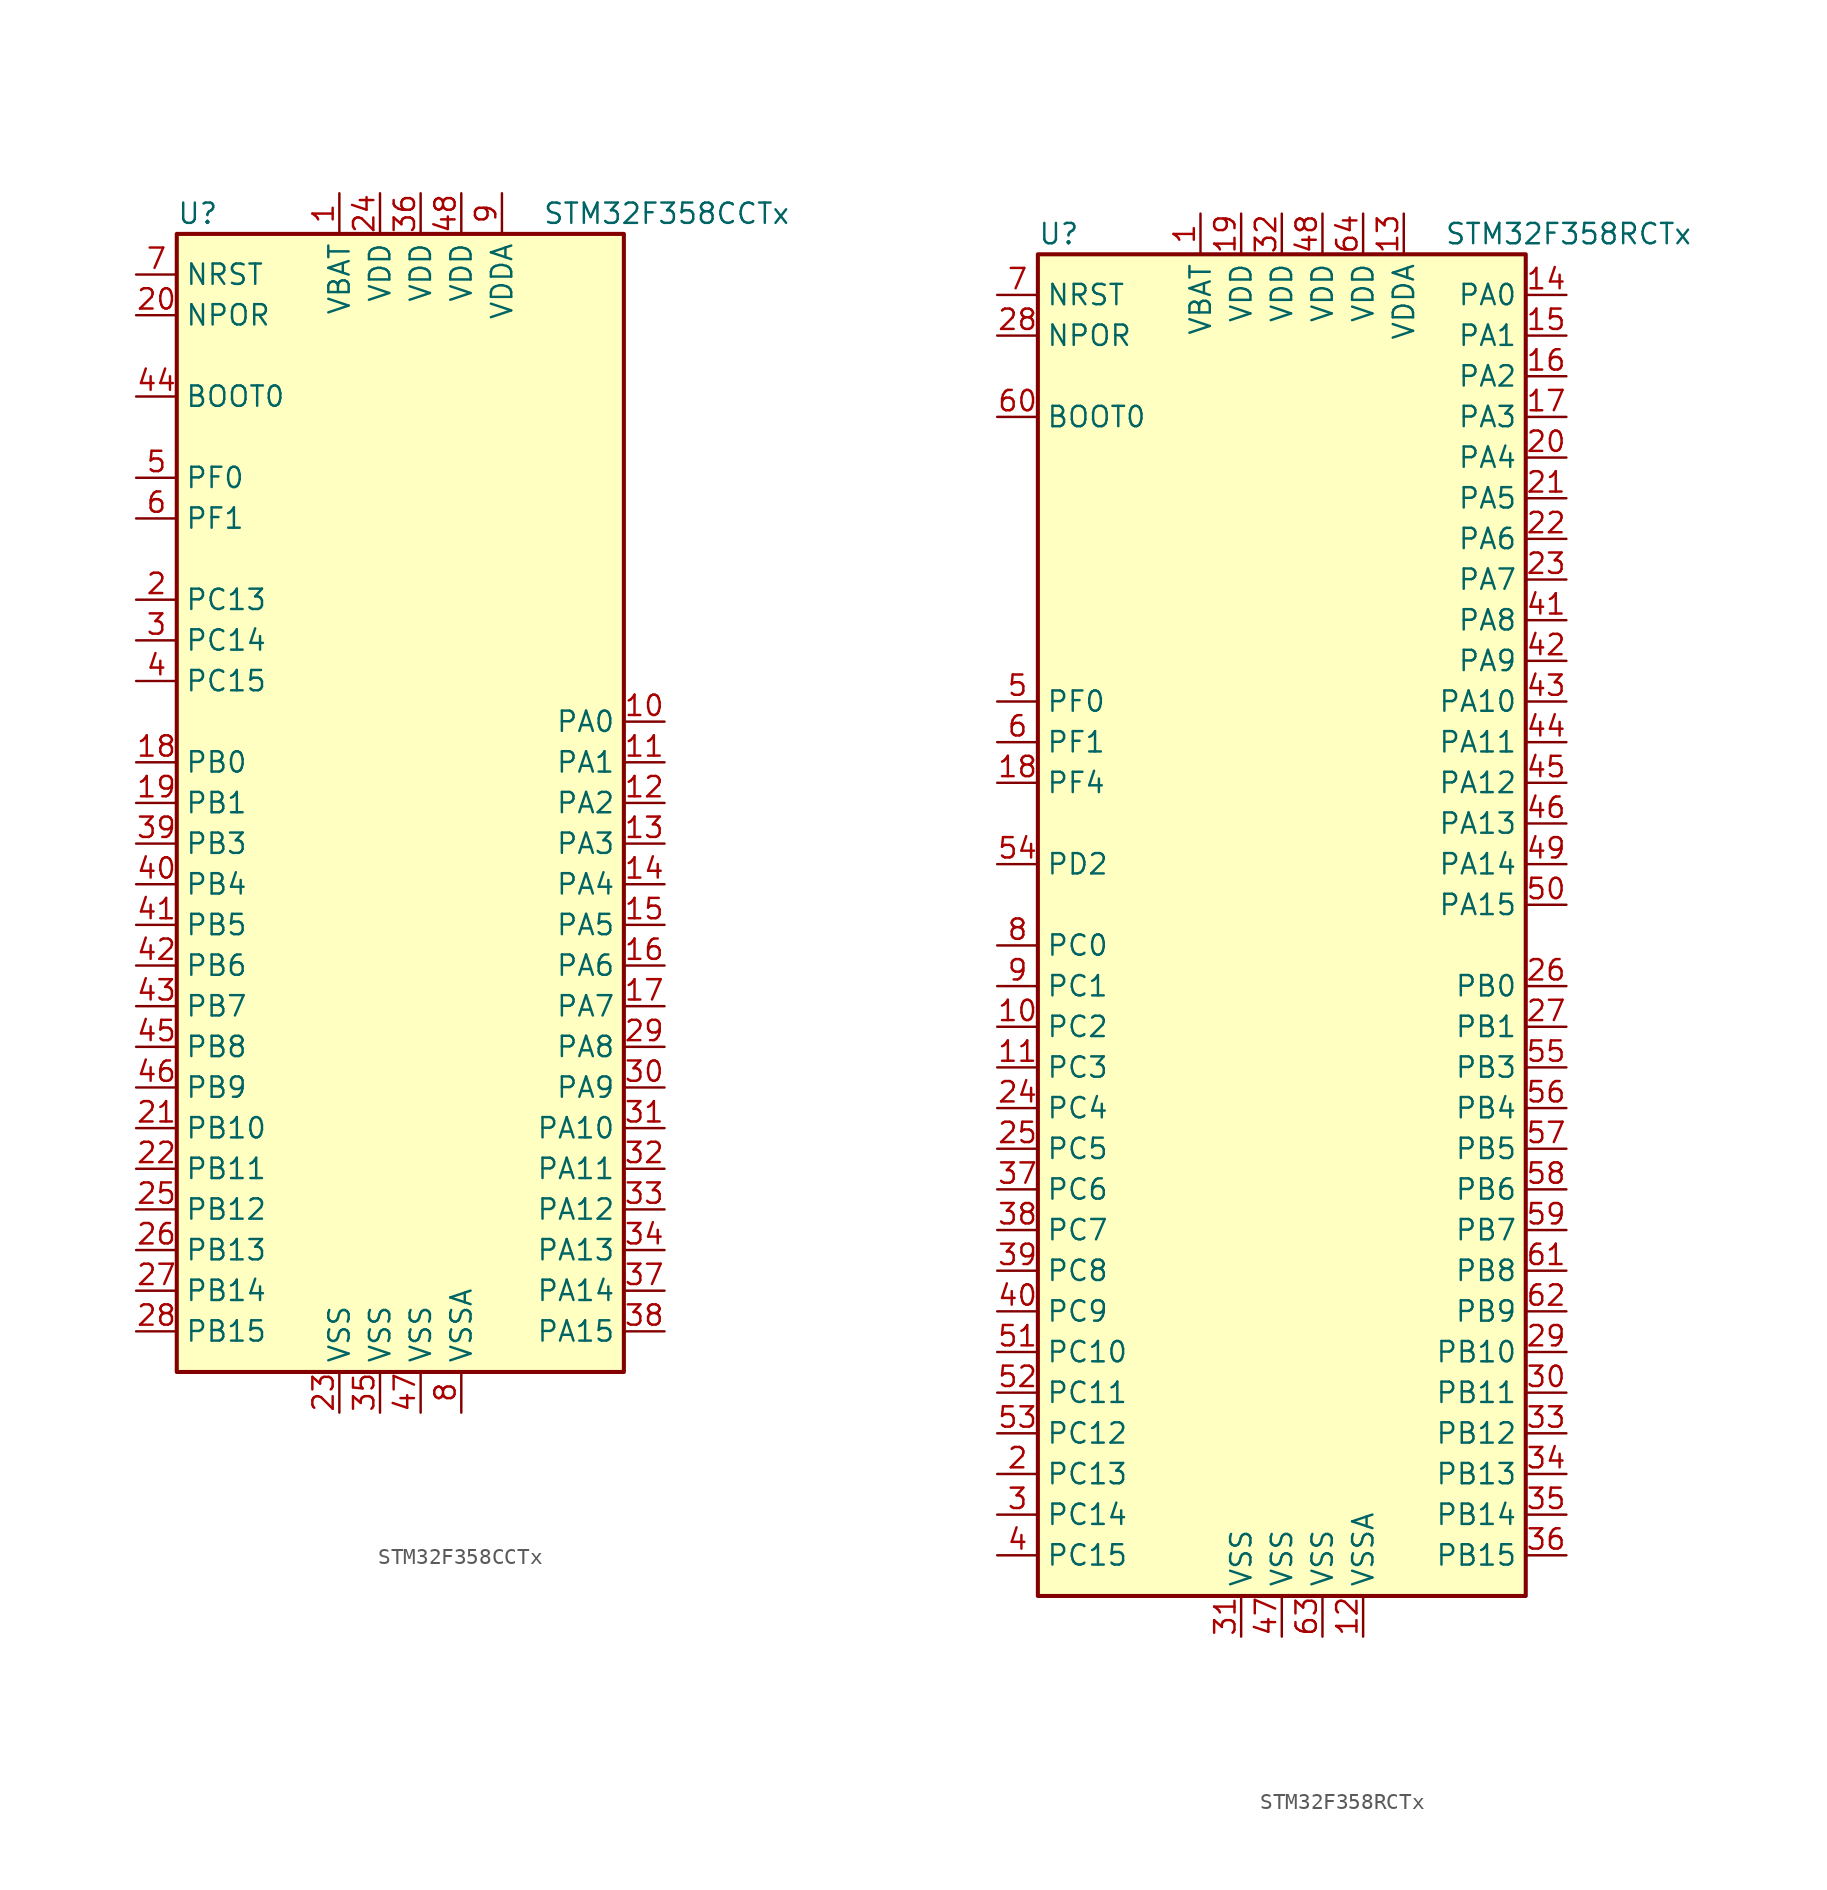
<source format=kicad_sym>
(kicad_symbol_lib
  (version 20201005)
  (generator kicad_symbol_editor)
  (symbol "STM32F358CCTx"
    (property "Reference" "U"
      (at -15.24 36.83 0)
      (effects (font (size 1.27 1.27)) (justify left)))
    (property "Value" "STM32F358CCTx"
      (at 7.62 36.83 0)
      (effects (font (size 1.27 1.27)) (justify left)))
    (symbol "STM32F358CCTx_0_1"
      (rectangle (start -15.24 -35.56) (end 12.7 35.56) (stroke (width 0.254)) (fill (type background))))
    (symbol "STM32F358CCTx_1_1"
      (pin power_in line (at -5.08 38.1 270) (length 2.54) (name "VBAT" (effects (font (size 1.27 1.27)))) (number "1" (effects (font (size 1.27 1.27)))))
      (pin bidirectional line (at 15.24 5.08 180) (length 2.54) (name "PA0" (effects (font (size 1.27 1.27)))) (number "10" (effects (font (size 1.27 1.27)))))
      (pin bidirectional line (at 15.24 2.54 180) (length 2.54) (name "PA1" (effects (font (size 1.27 1.27)))) (number "11" (effects (font (size 1.27 1.27)))))
      (pin bidirectional line (at 15.24 0 180) (length 2.54) (name "PA2" (effects (font (size 1.27 1.27)))) (number "12" (effects (font (size 1.27 1.27)))))
      (pin bidirectional line (at 15.24 -2.54 180) (length 2.54) (name "PA3" (effects (font (size 1.27 1.27)))) (number "13" (effects (font (size 1.27 1.27)))))
      (pin bidirectional line (at 15.24 -5.08 180) (length 2.54) (name "PA4" (effects (font (size 1.27 1.27)))) (number "14" (effects (font (size 1.27 1.27)))))
      (pin bidirectional line (at 15.24 -7.62 180) (length 2.54) (name "PA5" (effects (font (size 1.27 1.27)))) (number "15" (effects (font (size 1.27 1.27)))))
      (pin bidirectional line (at 15.24 -10.16 180) (length 2.54) (name "PA6" (effects (font (size 1.27 1.27)))) (number "16" (effects (font (size 1.27 1.27)))))
      (pin bidirectional line (at 15.24 -12.7 180) (length 2.54) (name "PA7" (effects (font (size 1.27 1.27)))) (number "17" (effects (font (size 1.27 1.27)))))
      (pin bidirectional line (at -17.78 2.54 0) (length 2.54) (name "PB0" (effects (font (size 1.27 1.27)))) (number "18" (effects (font (size 1.27 1.27)))))
      (pin bidirectional line (at -17.78 0 0) (length 2.54) (name "PB1" (effects (font (size 1.27 1.27)))) (number "19" (effects (font (size 1.27 1.27)))))
      (pin bidirectional line (at -17.78 12.7 0) (length 2.54) (name "PC13" (effects (font (size 1.27 1.27)))) (number "2" (effects (font (size 1.27 1.27)))))
      (pin input line (at -17.78 30.48 0) (length 2.54) (name "NPOR" (effects (font (size 1.27 1.27)))) (number "20" (effects (font (size 1.27 1.27)))))
      (pin bidirectional line (at -17.78 -20.32 0) (length 2.54) (name "PB10" (effects (font (size 1.27 1.27)))) (number "21" (effects (font (size 1.27 1.27)))))
      (pin bidirectional line (at -17.78 -22.86 0) (length 2.54) (name "PB11" (effects (font (size 1.27 1.27)))) (number "22" (effects (font (size 1.27 1.27)))))
      (pin power_in line (at -5.08 -38.1 90) (length 2.54) (name "VSS" (effects (font (size 1.27 1.27)))) (number "23" (effects (font (size 1.27 1.27)))))
      (pin power_in line (at -2.54 38.1 270) (length 2.54) (name "VDD" (effects (font (size 1.27 1.27)))) (number "24" (effects (font (size 1.27 1.27)))))
      (pin bidirectional line (at -17.78 -25.4 0) (length 2.54) (name "PB12" (effects (font (size 1.27 1.27)))) (number "25" (effects (font (size 1.27 1.27)))))
      (pin bidirectional line (at -17.78 -27.94 0) (length 2.54) (name "PB13" (effects (font (size 1.27 1.27)))) (number "26" (effects (font (size 1.27 1.27)))))
      (pin bidirectional line (at -17.78 -30.48 0) (length 2.54) (name "PB14" (effects (font (size 1.27 1.27)))) (number "27" (effects (font (size 1.27 1.27)))))
      (pin bidirectional line (at -17.78 -33.02 0) (length 2.54) (name "PB15" (effects (font (size 1.27 1.27)))) (number "28" (effects (font (size 1.27 1.27)))))
      (pin bidirectional line (at 15.24 -15.24 180) (length 2.54) (name "PA8" (effects (font (size 1.27 1.27)))) (number "29" (effects (font (size 1.27 1.27)))))
      (pin bidirectional line (at -17.78 10.16 0) (length 2.54) (name "PC14" (effects (font (size 1.27 1.27)))) (number "3" (effects (font (size 1.27 1.27)))))
      (pin bidirectional line (at 15.24 -17.78 180) (length 2.54) (name "PA9" (effects (font (size 1.27 1.27)))) (number "30" (effects (font (size 1.27 1.27)))))
      (pin bidirectional line (at 15.24 -20.32 180) (length 2.54) (name "PA10" (effects (font (size 1.27 1.27)))) (number "31" (effects (font (size 1.27 1.27)))))
      (pin bidirectional line (at 15.24 -22.86 180) (length 2.54) (name "PA11" (effects (font (size 1.27 1.27)))) (number "32" (effects (font (size 1.27 1.27)))))
      (pin bidirectional line (at 15.24 -25.4 180) (length 2.54) (name "PA12" (effects (font (size 1.27 1.27)))) (number "33" (effects (font (size 1.27 1.27)))))
      (pin bidirectional line (at 15.24 -27.94 180) (length 2.54) (name "PA13" (effects (font (size 1.27 1.27)))) (number "34" (effects (font (size 1.27 1.27)))))
      (pin power_in line (at -2.54 -38.1 90) (length 2.54) (name "VSS" (effects (font (size 1.27 1.27)))) (number "35" (effects (font (size 1.27 1.27)))))
      (pin power_in line (at 0 38.1 270) (length 2.54) (name "VDD" (effects (font (size 1.27 1.27)))) (number "36" (effects (font (size 1.27 1.27)))))
      (pin bidirectional line (at 15.24 -30.48 180) (length 2.54) (name "PA14" (effects (font (size 1.27 1.27)))) (number "37" (effects (font (size 1.27 1.27)))))
      (pin bidirectional line (at 15.24 -33.02 180) (length 2.54) (name "PA15" (effects (font (size 1.27 1.27)))) (number "38" (effects (font (size 1.27 1.27)))))
      (pin bidirectional line (at -17.78 -2.54 0) (length 2.54) (name "PB3" (effects (font (size 1.27 1.27)))) (number "39" (effects (font (size 1.27 1.27)))))
      (pin bidirectional line (at -17.78 7.62 0) (length 2.54) (name "PC15" (effects (font (size 1.27 1.27)))) (number "4" (effects (font (size 1.27 1.27)))))
      (pin bidirectional line (at -17.78 -5.08 0) (length 2.54) (name "PB4" (effects (font (size 1.27 1.27)))) (number "40" (effects (font (size 1.27 1.27)))))
      (pin bidirectional line (at -17.78 -7.62 0) (length 2.54) (name "PB5" (effects (font (size 1.27 1.27)))) (number "41" (effects (font (size 1.27 1.27)))))
      (pin bidirectional line (at -17.78 -10.16 0) (length 2.54) (name "PB6" (effects (font (size 1.27 1.27)))) (number "42" (effects (font (size 1.27 1.27)))))
      (pin bidirectional line (at -17.78 -12.7 0) (length 2.54) (name "PB7" (effects (font (size 1.27 1.27)))) (number "43" (effects (font (size 1.27 1.27)))))
      (pin input line (at -17.78 25.4 0) (length 2.54) (name "BOOT0" (effects (font (size 1.27 1.27)))) (number "44" (effects (font (size 1.27 1.27)))))
      (pin bidirectional line (at -17.78 -15.24 0) (length 2.54) (name "PB8" (effects (font (size 1.27 1.27)))) (number "45" (effects (font (size 1.27 1.27)))))
      (pin bidirectional line (at -17.78 -17.78 0) (length 2.54) (name "PB9" (effects (font (size 1.27 1.27)))) (number "46" (effects (font (size 1.27 1.27)))))
      (pin power_in line (at 0 -38.1 90) (length 2.54) (name "VSS" (effects (font (size 1.27 1.27)))) (number "47" (effects (font (size 1.27 1.27)))))
      (pin power_in line (at 2.54 38.1 270) (length 2.54) (name "VDD" (effects (font (size 1.27 1.27)))) (number "48" (effects (font (size 1.27 1.27)))))
      (pin input line (at -17.78 20.32 0) (length 2.54) (name "PF0" (effects (font (size 1.27 1.27)))) (number "5" (effects (font (size 1.27 1.27)))))
      (pin input line (at -17.78 17.78 0) (length 2.54) (name "PF1" (effects (font (size 1.27 1.27)))) (number "6" (effects (font (size 1.27 1.27)))))
      (pin input line (at -17.78 33.02 0) (length 2.54) (name "NRST" (effects (font (size 1.27 1.27)))) (number "7" (effects (font (size 1.27 1.27)))))
      (pin power_in line (at 2.54 -38.1 90) (length 2.54) (name "VSSA" (effects (font (size 1.27 1.27)))) (number "8" (effects (font (size 1.27 1.27)))))
      (pin power_in line (at 5.08 38.1 270) (length 2.54) (name "VDDA" (effects (font (size 1.27 1.27)))) (number "9" (effects (font (size 1.27 1.27)))))))
  (symbol "STM32F358RCTx"
    (property "Reference" "U"
      (at -15.24 41.91 0)
      (effects (font (size 1.27 1.27)) (justify left)))
    (property "Value" "STM32F358RCTx"
      (at 10.16 41.91 0)
      (effects (font (size 1.27 1.27)) (justify left)))
    (symbol "STM32F358RCTx_0_1"
      (rectangle (start -15.24 -43.18) (end 15.24 40.64) (stroke (width 0.254)) (fill (type background))))
    (symbol "STM32F358RCTx_1_1"
      (pin power_in line (at -5.08 43.18 270) (length 2.54) (name "VBAT" (effects (font (size 1.27 1.27)))) (number "1" (effects (font (size 1.27 1.27)))))
      (pin bidirectional line (at -17.78 -7.62 0) (length 2.54) (name "PC2" (effects (font (size 1.27 1.27)))) (number "10" (effects (font (size 1.27 1.27)))))
      (pin bidirectional line (at -17.78 -10.16 0) (length 2.54) (name "PC3" (effects (font (size 1.27 1.27)))) (number "11" (effects (font (size 1.27 1.27)))))
      (pin power_in line (at 5.08 -45.72 90) (length 2.54) (name "VSSA" (effects (font (size 1.27 1.27)))) (number "12" (effects (font (size 1.27 1.27)))))
      (pin power_in line (at 7.62 43.18 270) (length 2.54) (name "VDDA" (effects (font (size 1.27 1.27)))) (number "13" (effects (font (size 1.27 1.27)))))
      (pin bidirectional line (at 17.78 38.1 180) (length 2.54) (name "PA0" (effects (font (size 1.27 1.27)))) (number "14" (effects (font (size 1.27 1.27)))))
      (pin bidirectional line (at 17.78 35.56 180) (length 2.54) (name "PA1" (effects (font (size 1.27 1.27)))) (number "15" (effects (font (size 1.27 1.27)))))
      (pin bidirectional line (at 17.78 33.02 180) (length 2.54) (name "PA2" (effects (font (size 1.27 1.27)))) (number "16" (effects (font (size 1.27 1.27)))))
      (pin bidirectional line (at 17.78 30.48 180) (length 2.54) (name "PA3" (effects (font (size 1.27 1.27)))) (number "17" (effects (font (size 1.27 1.27)))))
      (pin bidirectional line (at -17.78 7.62 0) (length 2.54) (name "PF4" (effects (font (size 1.27 1.27)))) (number "18" (effects (font (size 1.27 1.27)))))
      (pin power_in line (at -2.54 43.18 270) (length 2.54) (name "VDD" (effects (font (size 1.27 1.27)))) (number "19" (effects (font (size 1.27 1.27)))))
      (pin bidirectional line (at -17.78 -35.56 0) (length 2.54) (name "PC13" (effects (font (size 1.27 1.27)))) (number "2" (effects (font (size 1.27 1.27)))))
      (pin bidirectional line (at 17.78 27.94 180) (length 2.54) (name "PA4" (effects (font (size 1.27 1.27)))) (number "20" (effects (font (size 1.27 1.27)))))
      (pin bidirectional line (at 17.78 25.4 180) (length 2.54) (name "PA5" (effects (font (size 1.27 1.27)))) (number "21" (effects (font (size 1.27 1.27)))))
      (pin bidirectional line (at 17.78 22.86 180) (length 2.54) (name "PA6" (effects (font (size 1.27 1.27)))) (number "22" (effects (font (size 1.27 1.27)))))
      (pin bidirectional line (at 17.78 20.32 180) (length 2.54) (name "PA7" (effects (font (size 1.27 1.27)))) (number "23" (effects (font (size 1.27 1.27)))))
      (pin bidirectional line (at -17.78 -12.7 0) (length 2.54) (name "PC4" (effects (font (size 1.27 1.27)))) (number "24" (effects (font (size 1.27 1.27)))))
      (pin bidirectional line (at -17.78 -15.24 0) (length 2.54) (name "PC5" (effects (font (size 1.27 1.27)))) (number "25" (effects (font (size 1.27 1.27)))))
      (pin bidirectional line (at 17.78 -5.08 180) (length 2.54) (name "PB0" (effects (font (size 1.27 1.27)))) (number "26" (effects (font (size 1.27 1.27)))))
      (pin bidirectional line (at 17.78 -7.62 180) (length 2.54) (name "PB1" (effects (font (size 1.27 1.27)))) (number "27" (effects (font (size 1.27 1.27)))))
      (pin input line (at -17.78 35.56 0) (length 2.54) (name "NPOR" (effects (font (size 1.27 1.27)))) (number "28" (effects (font (size 1.27 1.27)))))
      (pin bidirectional line (at 17.78 -27.94 180) (length 2.54) (name "PB10" (effects (font (size 1.27 1.27)))) (number "29" (effects (font (size 1.27 1.27)))))
      (pin bidirectional line (at -17.78 -38.1 0) (length 2.54) (name "PC14" (effects (font (size 1.27 1.27)))) (number "3" (effects (font (size 1.27 1.27)))))
      (pin bidirectional line (at 17.78 -30.48 180) (length 2.54) (name "PB11" (effects (font (size 1.27 1.27)))) (number "30" (effects (font (size 1.27 1.27)))))
      (pin power_in line (at -2.54 -45.72 90) (length 2.54) (name "VSS" (effects (font (size 1.27 1.27)))) (number "31" (effects (font (size 1.27 1.27)))))
      (pin power_in line (at 0 43.18 270) (length 2.54) (name "VDD" (effects (font (size 1.27 1.27)))) (number "32" (effects (font (size 1.27 1.27)))))
      (pin bidirectional line (at 17.78 -33.02 180) (length 2.54) (name "PB12" (effects (font (size 1.27 1.27)))) (number "33" (effects (font (size 1.27 1.27)))))
      (pin bidirectional line (at 17.78 -35.56 180) (length 2.54) (name "PB13" (effects (font (size 1.27 1.27)))) (number "34" (effects (font (size 1.27 1.27)))))
      (pin bidirectional line (at 17.78 -38.1 180) (length 2.54) (name "PB14" (effects (font (size 1.27 1.27)))) (number "35" (effects (font (size 1.27 1.27)))))
      (pin bidirectional line (at 17.78 -40.64 180) (length 2.54) (name "PB15" (effects (font (size 1.27 1.27)))) (number "36" (effects (font (size 1.27 1.27)))))
      (pin bidirectional line (at -17.78 -17.78 0) (length 2.54) (name "PC6" (effects (font (size 1.27 1.27)))) (number "37" (effects (font (size 1.27 1.27)))))
      (pin bidirectional line (at -17.78 -20.32 0) (length 2.54) (name "PC7" (effects (font (size 1.27 1.27)))) (number "38" (effects (font (size 1.27 1.27)))))
      (pin bidirectional line (at -17.78 -22.86 0) (length 2.54) (name "PC8" (effects (font (size 1.27 1.27)))) (number "39" (effects (font (size 1.27 1.27)))))
      (pin bidirectional line (at -17.78 -40.64 0) (length 2.54) (name "PC15" (effects (font (size 1.27 1.27)))) (number "4" (effects (font (size 1.27 1.27)))))
      (pin bidirectional line (at -17.78 -25.4 0) (length 2.54) (name "PC9" (effects (font (size 1.27 1.27)))) (number "40" (effects (font (size 1.27 1.27)))))
      (pin bidirectional line (at 17.78 17.78 180) (length 2.54) (name "PA8" (effects (font (size 1.27 1.27)))) (number "41" (effects (font (size 1.27 1.27)))))
      (pin bidirectional line (at 17.78 15.24 180) (length 2.54) (name "PA9" (effects (font (size 1.27 1.27)))) (number "42" (effects (font (size 1.27 1.27)))))
      (pin bidirectional line (at 17.78 12.7 180) (length 2.54) (name "PA10" (effects (font (size 1.27 1.27)))) (number "43" (effects (font (size 1.27 1.27)))))
      (pin bidirectional line (at 17.78 10.16 180) (length 2.54) (name "PA11" (effects (font (size 1.27 1.27)))) (number "44" (effects (font (size 1.27 1.27)))))
      (pin bidirectional line (at 17.78 7.62 180) (length 2.54) (name "PA12" (effects (font (size 1.27 1.27)))) (number "45" (effects (font (size 1.27 1.27)))))
      (pin bidirectional line (at 17.78 5.08 180) (length 2.54) (name "PA13" (effects (font (size 1.27 1.27)))) (number "46" (effects (font (size 1.27 1.27)))))
      (pin power_in line (at 0 -45.72 90) (length 2.54) (name "VSS" (effects (font (size 1.27 1.27)))) (number "47" (effects (font (size 1.27 1.27)))))
      (pin power_in line (at 2.54 43.18 270) (length 2.54) (name "VDD" (effects (font (size 1.27 1.27)))) (number "48" (effects (font (size 1.27 1.27)))))
      (pin bidirectional line (at 17.78 2.54 180) (length 2.54) (name "PA14" (effects (font (size 1.27 1.27)))) (number "49" (effects (font (size 1.27 1.27)))))
      (pin input line (at -17.78 12.7 0) (length 2.54) (name "PF0" (effects (font (size 1.27 1.27)))) (number "5" (effects (font (size 1.27 1.27)))))
      (pin bidirectional line (at 17.78 0 180) (length 2.54) (name "PA15" (effects (font (size 1.27 1.27)))) (number "50" (effects (font (size 1.27 1.27)))))
      (pin bidirectional line (at -17.78 -27.94 0) (length 2.54) (name "PC10" (effects (font (size 1.27 1.27)))) (number "51" (effects (font (size 1.27 1.27)))))
      (pin bidirectional line (at -17.78 -30.48 0) (length 2.54) (name "PC11" (effects (font (size 1.27 1.27)))) (number "52" (effects (font (size 1.27 1.27)))))
      (pin bidirectional line (at -17.78 -33.02 0) (length 2.54) (name "PC12" (effects (font (size 1.27 1.27)))) (number "53" (effects (font (size 1.27 1.27)))))
      (pin bidirectional line (at -17.78 2.54 0) (length 2.54) (name "PD2" (effects (font (size 1.27 1.27)))) (number "54" (effects (font (size 1.27 1.27)))))
      (pin bidirectional line (at 17.78 -10.16 180) (length 2.54) (name "PB3" (effects (font (size 1.27 1.27)))) (number "55" (effects (font (size 1.27 1.27)))))
      (pin bidirectional line (at 17.78 -12.7 180) (length 2.54) (name "PB4" (effects (font (size 1.27 1.27)))) (number "56" (effects (font (size 1.27 1.27)))))
      (pin bidirectional line (at 17.78 -15.24 180) (length 2.54) (name "PB5" (effects (font (size 1.27 1.27)))) (number "57" (effects (font (size 1.27 1.27)))))
      (pin bidirectional line (at 17.78 -17.78 180) (length 2.54) (name "PB6" (effects (font (size 1.27 1.27)))) (number "58" (effects (font (size 1.27 1.27)))))
      (pin bidirectional line (at 17.78 -20.32 180) (length 2.54) (name "PB7" (effects (font (size 1.27 1.27)))) (number "59" (effects (font (size 1.27 1.27)))))
      (pin input line (at -17.78 10.16 0) (length 2.54) (name "PF1" (effects (font (size 1.27 1.27)))) (number "6" (effects (font (size 1.27 1.27)))))
      (pin input line (at -17.78 30.48 0) (length 2.54) (name "BOOT0" (effects (font (size 1.27 1.27)))) (number "60" (effects (font (size 1.27 1.27)))))
      (pin bidirectional line (at 17.78 -22.86 180) (length 2.54) (name "PB8" (effects (font (size 1.27 1.27)))) (number "61" (effects (font (size 1.27 1.27)))))
      (pin bidirectional line (at 17.78 -25.4 180) (length 2.54) (name "PB9" (effects (font (size 1.27 1.27)))) (number "62" (effects (font (size 1.27 1.27)))))
      (pin power_in line (at 2.54 -45.72 90) (length 2.54) (name "VSS" (effects (font (size 1.27 1.27)))) (number "63" (effects (font (size 1.27 1.27)))))
      (pin power_in line (at 5.08 43.18 270) (length 2.54) (name "VDD" (effects (font (size 1.27 1.27)))) (number "64" (effects (font (size 1.27 1.27)))))
      (pin input line (at -17.78 38.1 0) (length 2.54) (name "NRST" (effects (font (size 1.27 1.27)))) (number "7" (effects (font (size 1.27 1.27)))))
      (pin bidirectional line (at -17.78 -2.54 0) (length 2.54) (name "PC0" (effects (font (size 1.27 1.27)))) (number "8" (effects (font (size 1.27 1.27)))))
      (pin bidirectional line (at -17.78 -5.08 0) (length 2.54) (name "PC1" (effects (font (size 1.27 1.27)))) (number "9" (effects (font (size 1.27 1.27))))))))
</source>
